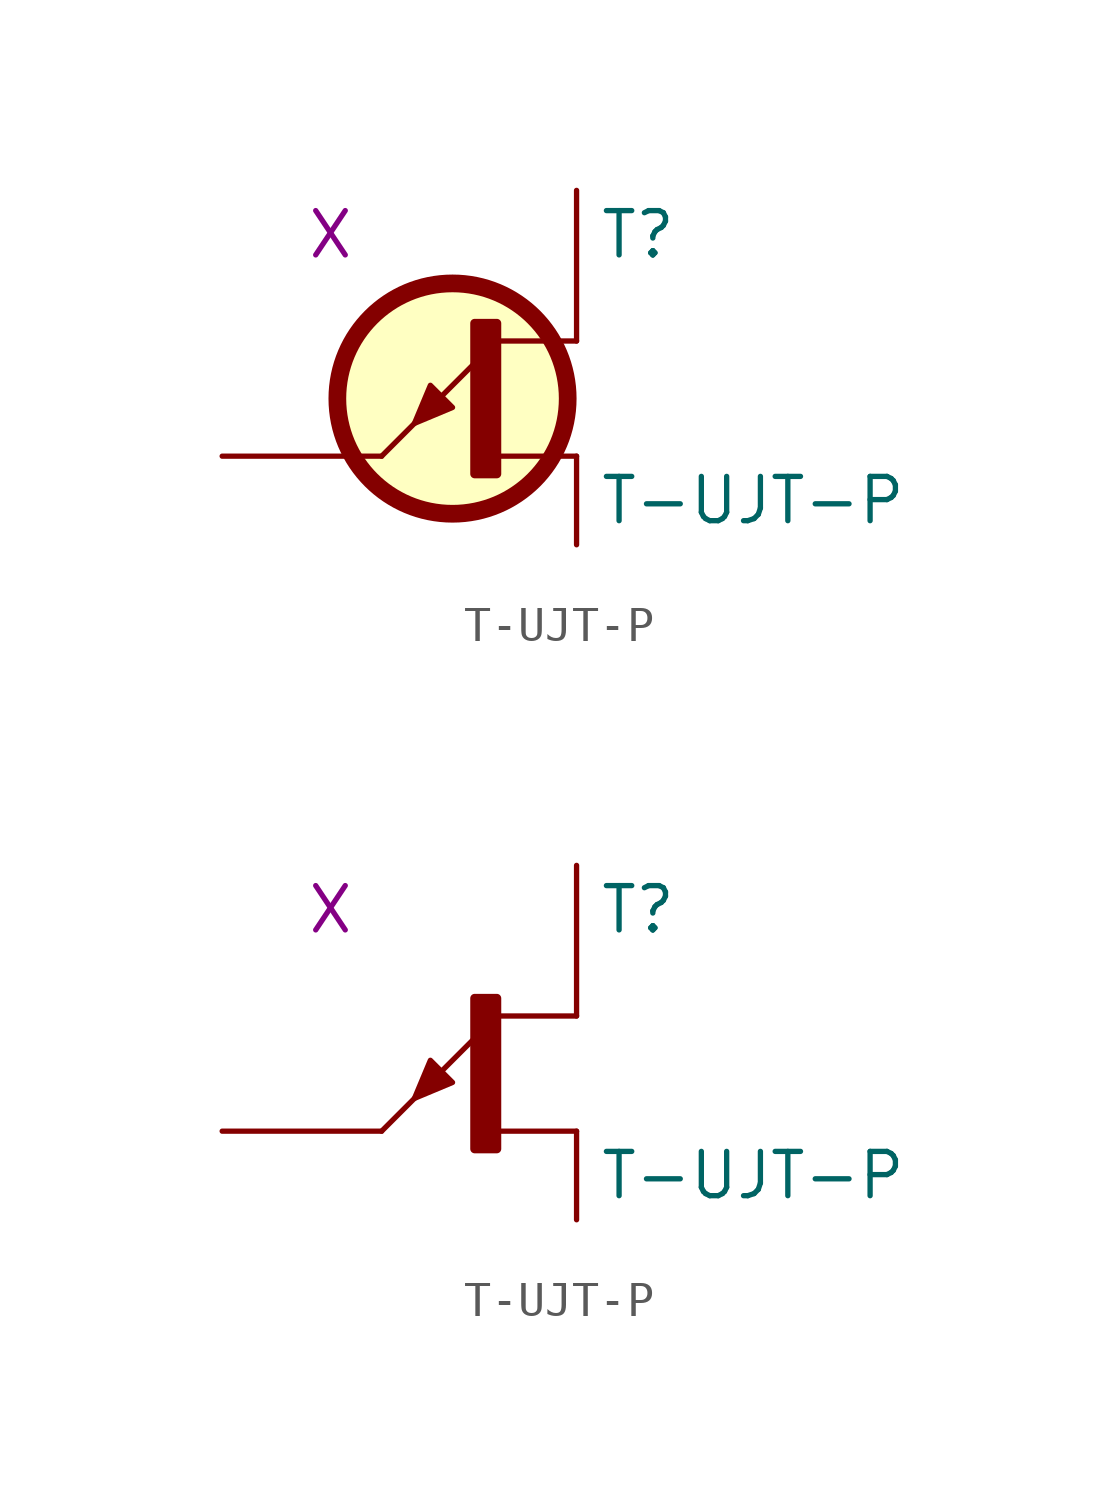
<source format=kicad_sym>
(kicad_symbol_lib
  (version 20211014)
  (generator kicad_symbol_editor)
  (symbol "T-UJT-P"
    (pin_numbers hide)
    (pin_names
      (offset 0) hide)
    (property "Reference" "T"
      (at 5.715 3.81 0)
      (effects (font (size 1.27 1.27)) (justify left)))
    (property "Value" "T-UJT-P"
      (at 5.715 -3.81 0)
      (effects (font (size 1.27 1.27)) (justify left)))
    (property "Spice_Model" "X"
      (at -1.27 3.81 0)
      (effects (font (size 1.27 1.27)) (justify right)))
    (symbol "T-UJT-P_1_0"
      (polyline (pts (xy -0.508 -2.54) (xy 2.159 0.127)) (stroke (width 0) (type default) (color 0 0 0 0)) (fill (type none)))
      (polyline (pts (xy 5.08 -2.54) (xy 2.794 -2.54)) (stroke (width 0) (type default) (color 0 0 0 0)) (fill (type none)))
      (polyline (pts (xy 5.08 0.762) (xy 2.794 0.762)) (stroke (width 0) (type default) (color 0 0 0 0)) (fill (type none)))
      (polyline (pts (xy 0.432 -1.6) (xy 0.889 -0.508) (xy 1.524 -1.143) (xy 0.432 -1.6)) (stroke (width 0) (type default) (color 0 0 0 0)) (fill (type outline)))
      (pin passive line (at -5.08 -2.54 0) (length 4.572) (name "E" (effects (font (size 1.27 1.27)))) (number "1" (effects (font (size 1.27 1.27)))))
      (pin passive line (at 5.08 5.08 270) (length 4.318) (name "B1" (effects (font (size 1.27 1.27)))) (number "2" (effects (font (size 1.27 1.27)))))
      (pin passive line (at 5.08 -5.08 90) (length 2.54) (name "B2" (effects (font (size 1.27 1.27)))) (number "3" (effects (font (size 1.27 1.27))))))
    (symbol "T-UJT-P_1_1"
      (circle (center 1.524 -0.889) (radius 3.302) (stroke (width 0.508) (type default) (color 0 0 0 0)) (fill (type background)))
      (rectangle (start 2.159 -3.048) (end 2.794 1.27) (stroke (width 0.254) (type default) (color 0 0 0 0)) (fill (type outline))))
    (symbol "T-UJT-P_1_2"
      (rectangle (start 2.159 -3.048) (end 2.794 1.27) (stroke (width 0.254) (type default) (color 0 0 0 0)) (fill (type outline))))))
</source>
